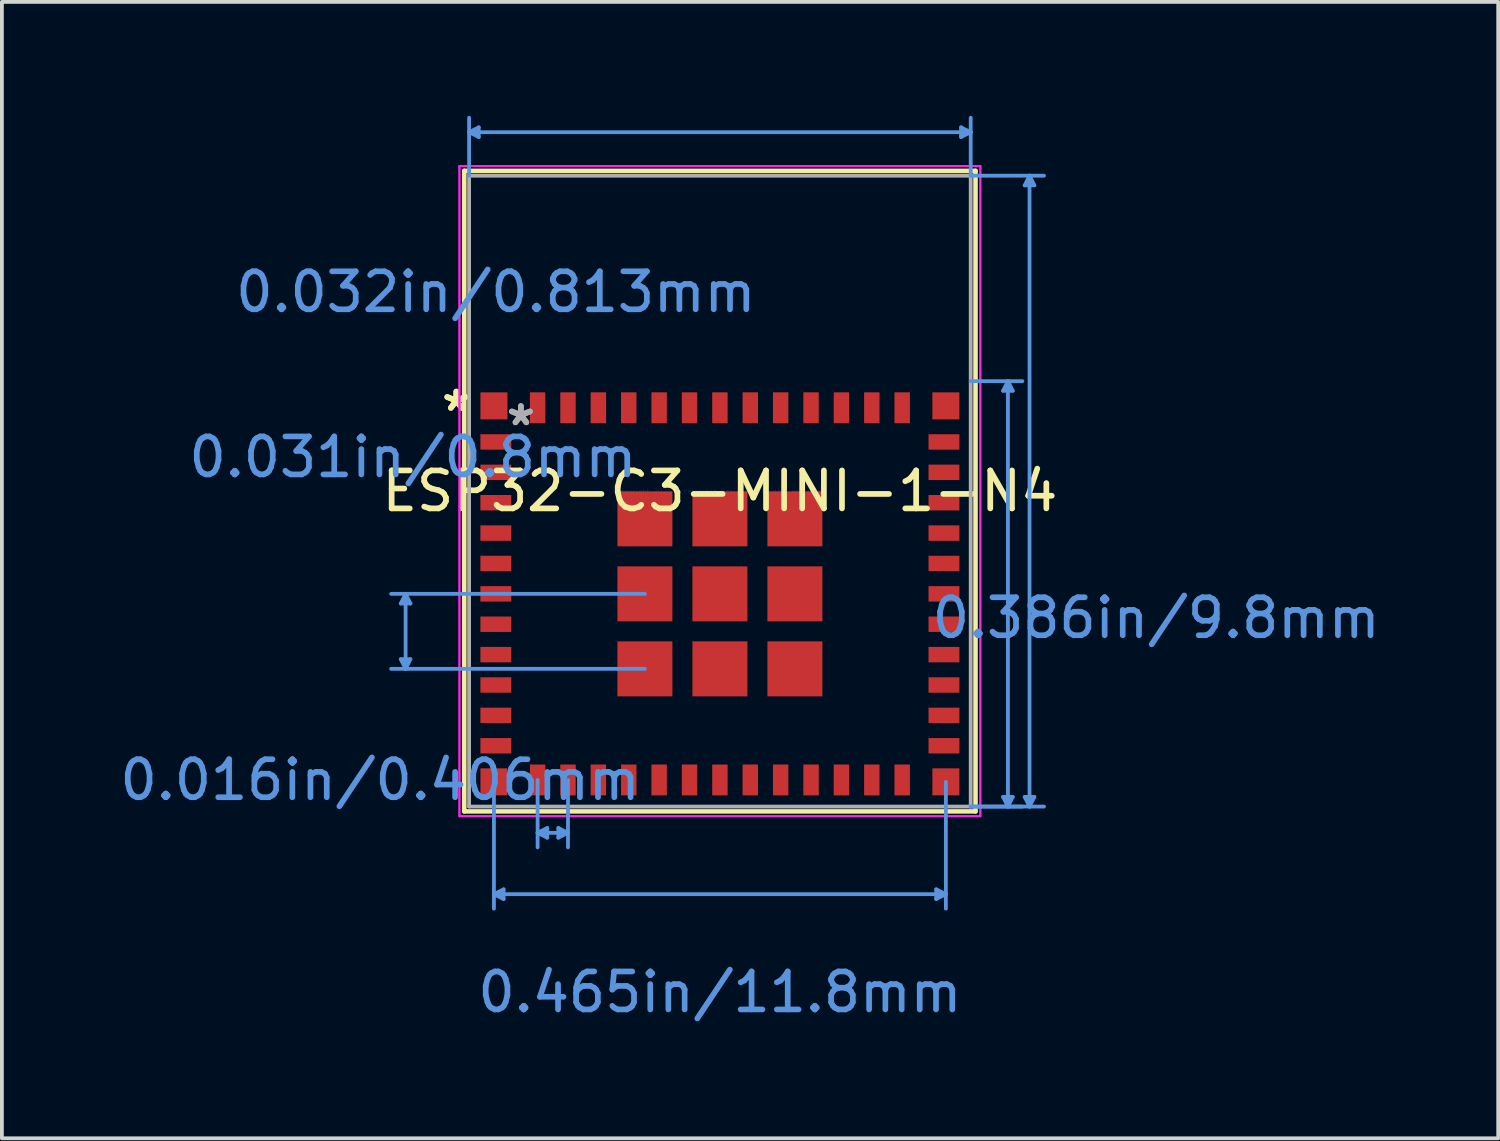
<source format=kicad_pcb>
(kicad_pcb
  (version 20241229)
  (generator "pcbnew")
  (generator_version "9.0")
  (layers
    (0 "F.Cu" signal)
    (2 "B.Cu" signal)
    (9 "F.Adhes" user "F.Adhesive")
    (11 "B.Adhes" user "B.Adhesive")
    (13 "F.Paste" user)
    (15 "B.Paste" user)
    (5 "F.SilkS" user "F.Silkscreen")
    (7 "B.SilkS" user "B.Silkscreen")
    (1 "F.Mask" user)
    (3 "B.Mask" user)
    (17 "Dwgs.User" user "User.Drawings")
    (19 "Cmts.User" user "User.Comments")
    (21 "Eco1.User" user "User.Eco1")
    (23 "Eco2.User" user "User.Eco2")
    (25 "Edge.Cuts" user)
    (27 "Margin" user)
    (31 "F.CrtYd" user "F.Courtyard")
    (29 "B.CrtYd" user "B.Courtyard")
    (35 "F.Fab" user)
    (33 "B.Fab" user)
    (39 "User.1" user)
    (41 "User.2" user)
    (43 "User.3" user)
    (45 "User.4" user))
  (footprint "ESP32-C3-MINI-1-N4"
    (layer "F.Cu")
    (at 15.906 9.882)
    (property "Reference" "ESP32-C3-MINI-1-N4" (at 0 0 0) (layer "F.SilkS") (effects (font (size 1 1) (thickness 0.15))))
    (attr through_hole)
    (fp_line (start -6.731 -8.433) (end 6.731 -8.433) (stroke (width 0.12) (type solid)) (layer "F.SilkS"))
    (fp_line (start -6.731 8.433) (end -6.731 -8.433) (stroke (width 0.12) (type solid)) (layer "F.SilkS"))
    (fp_line (start 6.731 -8.433) (end 6.731 8.433) (stroke (width 0.12) (type solid)) (layer "F.SilkS"))
    (fp_line (start 6.731 8.433) (end -6.731 8.433) (stroke (width 0.12) (type solid)) (layer "F.SilkS"))
    (fp_line (start -8.403 4.426) (end -8.276 4.68) (stroke (width 0.1) (type solid)) (layer "Cmts.User"))
    (fp_line (start -8.403 2.959) (end -8.276 2.705) (stroke (width 0.1) (type solid)) (layer "Cmts.User"))
    (fp_line (start -8.403 2.959) (end -8.149 2.959) (stroke (width 0.1) (type solid)) (layer "Cmts.User"))
    (fp_line (start -8.276 2.705) (end -8.276 4.68) (stroke (width 0.1) (type solid)) (layer "Cmts.User"))
    (fp_line (start -8.149 4.426) (end -8.403 4.426) (stroke (width 0.1) (type solid)) (layer "Cmts.User"))
    (fp_line (start -8.149 4.426) (end -8.276 4.68) (stroke (width 0.1) (type solid)) (layer "Cmts.User"))
    (fp_line (start -8.149 2.959) (end -8.276 2.705) (stroke (width 0.1) (type solid)) (layer "Cmts.User"))
    (fp_line (start -6.604 -9.451) (end 6.604 -9.451) (stroke (width 0.1) (type solid)) (layer "Cmts.User"))
    (fp_line (start -6.604 -8.306) (end -6.604 -9.832) (stroke (width 0.1) (type solid)) (layer "Cmts.User"))
    (fp_line (start -6.35 -9.324) (end -6.604 -9.451) (stroke (width 0.1) (type solid)) (layer "Cmts.User"))
    (fp_line (start -6.35 -9.324) (end -6.35 -9.578) (stroke (width 0.1) (type solid)) (layer "Cmts.User"))
    (fp_line (start -6.35 -9.578) (end -6.604 -9.451) (stroke (width 0.1) (type solid)) (layer "Cmts.User"))
    (fp_line (start -5.95 10.613) (end 5.95 10.613) (stroke (width 0.1) (type solid)) (layer "Cmts.User"))
    (fp_line (start -5.95 7.655) (end -5.95 10.994) (stroke (width 0.1) (type solid)) (layer "Cmts.User"))
    (fp_line (start -5.696 10.74) (end -5.95 10.613) (stroke (width 0.1) (type solid)) (layer "Cmts.User"))
    (fp_line (start -5.696 10.74) (end -5.696 10.486) (stroke (width 0.1) (type solid)) (layer "Cmts.User"))
    (fp_line (start -5.696 10.486) (end -5.95 10.613) (stroke (width 0.1) (type solid)) (layer "Cmts.User"))
    (fp_line (start -4.8 8.998) (end -4 8.998) (stroke (width 0.1) (type solid)) (layer "Cmts.User"))
    (fp_line (start -4.8 7.605) (end -4.8 9.379) (stroke (width 0.1) (type solid)) (layer "Cmts.User"))
    (fp_line (start -4.546 8.871) (end -4.8 8.998) (stroke (width 0.1) (type solid)) (layer "Cmts.User"))
    (fp_line (start -4.546 9.125) (end -4.8 8.998) (stroke (width 0.1) (type solid)) (layer "Cmts.User"))
    (fp_line (start -4.546 9.125) (end -4.546 8.871) (stroke (width 0.1) (type solid)) (layer "Cmts.User"))
    (fp_line (start -4.254 9.125) (end -4 8.998) (stroke (width 0.1) (type solid)) (layer "Cmts.User"))
    (fp_line (start -4.254 8.871) (end -4.254 9.125) (stroke (width 0.1) (type solid)) (layer "Cmts.User"))
    (fp_line (start -4.254 8.871) (end -4 8.998) (stroke (width 0.1) (type solid)) (layer "Cmts.User"))
    (fp_line (start -4 7.605) (end -4 9.379) (stroke (width 0.1) (type solid)) (layer "Cmts.User"))
    (fp_line (start -1.975 2.705) (end -8.657 2.705) (stroke (width 0.1) (type solid)) (layer "Cmts.User"))
    (fp_line (start -1.975 4.68) (end -8.657 4.68) (stroke (width 0.1) (type solid)) (layer "Cmts.User"))
    (fp_line (start 5.696 10.74) (end 5.95 10.613) (stroke (width 0.1) (type solid)) (layer "Cmts.User"))
    (fp_line (start 5.696 10.486) (end 5.696 10.74) (stroke (width 0.1) (type solid)) (layer "Cmts.User"))
    (fp_line (start 5.696 10.486) (end 5.95 10.613) (stroke (width 0.1) (type solid)) (layer "Cmts.User"))
    (fp_line (start 5.95 7.655) (end 5.95 10.994) (stroke (width 0.1) (type solid)) (layer "Cmts.User"))
    (fp_line (start 6.35 -9.578) (end 6.35 -9.324) (stroke (width 0.1) (type solid)) (layer "Cmts.User"))
    (fp_line (start 6.35 -9.578) (end 6.604 -9.451) (stroke (width 0.1) (type solid)) (layer "Cmts.User"))
    (fp_line (start 6.35 -9.324) (end 6.604 -9.451) (stroke (width 0.1) (type solid)) (layer "Cmts.User"))
    (fp_line (start 6.604 -8.306) (end 6.604 -9.832) (stroke (width 0.1) (type solid)) (layer "Cmts.User"))
    (fp_line (start 6.604 -8.306) (end 8.534 -8.306) (stroke (width 0.1) (type solid)) (layer "Cmts.User"))
    (fp_line (start 6.604 -2.896) (end 7.965 -2.896) (stroke (width 0.1) (type solid)) (layer "Cmts.User"))
    (fp_line (start 6.604 8.306) (end 7.965 8.306) (stroke (width 0.1) (type solid)) (layer "Cmts.User"))
    (fp_line (start 6.604 8.306) (end 8.534 8.306) (stroke (width 0.1) (type solid)) (layer "Cmts.User"))
    (fp_line (start 7.457 8.052) (end 7.584 8.306) (stroke (width 0.1) (type solid)) (layer "Cmts.User"))
    (fp_line (start 7.457 -2.642) (end 7.584 -2.896) (stroke (width 0.1) (type solid)) (layer "Cmts.User"))
    (fp_line (start 7.457 -2.642) (end 7.711 -2.642) (stroke (width 0.1) (type solid)) (layer "Cmts.User"))
    (fp_line (start 7.584 8.306) (end 7.584 -2.896) (stroke (width 0.1) (type solid)) (layer "Cmts.User"))
    (fp_line (start 7.711 8.052) (end 7.457 8.052) (stroke (width 0.1) (type solid)) (layer "Cmts.User"))
    (fp_line (start 7.711 8.052) (end 7.584 8.306) (stroke (width 0.1) (type solid)) (layer "Cmts.User"))
    (fp_line (start 7.711 -2.642) (end 7.584 -2.896) (stroke (width 0.1) (type solid)) (layer "Cmts.User"))
    (fp_line (start 8.026 8.052) (end 8.153 8.306) (stroke (width 0.1) (type solid)) (layer "Cmts.User"))
    (fp_line (start 8.026 -8.052) (end 8.153 -8.306) (stroke (width 0.1) (type solid)) (layer "Cmts.User"))
    (fp_line (start 8.026 -8.052) (end 8.28 -8.052) (stroke (width 0.1) (type solid)) (layer "Cmts.User"))
    (fp_line (start 8.153 8.306) (end 8.153 -8.306) (stroke (width 0.1) (type solid)) (layer "Cmts.User"))
    (fp_line (start 8.28 8.052) (end 8.026 8.052) (stroke (width 0.1) (type solid)) (layer "Cmts.User"))
    (fp_line (start 8.28 8.052) (end 8.153 8.306) (stroke (width 0.1) (type solid)) (layer "Cmts.User"))
    (fp_line (start 8.28 -8.052) (end 8.153 -8.306) (stroke (width 0.1) (type solid)) (layer "Cmts.User"))
    (fp_line (start -6.858 -8.56) (end -6.858 8.56) (stroke (width 0.05) (type solid)) (layer "F.CrtYd"))
    (fp_line (start -6.858 -8.56) (end -6.858 8.56) (stroke (width 0.05) (type solid)) (layer "F.CrtYd"))
    (fp_line (start -6.858 8.56) (end 6.858 8.56) (stroke (width 0.05) (type solid)) (layer "F.CrtYd"))
    (fp_line (start -6.858 8.56) (end 6.858 8.56) (stroke (width 0.05) (type solid)) (layer "F.CrtYd"))
    (fp_line (start 6.858 -8.56) (end -6.858 -8.56) (stroke (width 0.05) (type solid)) (layer "F.CrtYd"))
    (fp_line (start 6.858 -8.56) (end -6.858 -8.56) (stroke (width 0.05) (type solid)) (layer "F.CrtYd"))
    (fp_line (start 6.858 8.56) (end 6.858 -8.56) (stroke (width 0.05) (type solid)) (layer "F.CrtYd"))
    (fp_line (start 6.858 8.56) (end 6.858 -8.56) (stroke (width 0.05) (type solid)) (layer "F.CrtYd"))
    (fp_line (start -6.604 -8.306) (end -6.604 8.306) (stroke (width 0.1) (type solid)) (layer "F.Fab"))
    (fp_line (start -6.604 8.306) (end 6.604 8.306) (stroke (width 0.1) (type solid)) (layer "F.Fab"))
    (fp_line (start 6.604 -8.306) (end -6.604 -8.306) (stroke (width 0.1) (type solid)) (layer "F.Fab"))
    (fp_line (start 6.604 8.306) (end 6.604 -8.306) (stroke (width 0.1) (type solid)) (layer "F.Fab"))
    (fp_text user "*" (at -6.941 -2.076 0) (layer "F.SilkS") (effects (font (size 1 1) (thickness 0.15))))
    (fp_text user "*" (at -6.941 -2.076 0) (layer "F.SilkS") (effects (font (size 1 1) (thickness 0.15))))
    (fp_text user "0.031in/0.8mm" (at -8.084 -0.895 0) (layer "Cmts.User") (effects (font (size 1 1) (thickness 0.15))))
    (fp_text user "0.016in/0.406mm" (at -8.948 7.605 0) (layer "Cmts.User") (effects (font (size 1 1) (thickness 0.15))))
    (fp_text user "0.386in/9.8mm" (at 11.488 3.34 0) (layer "Cmts.User") (effects (font (size 1 1) (thickness 0.15))))
    (fp_text user "0.465in/11.8mm" (at 0 13.193 0) (layer "Cmts.User") (effects (font (size 1 1) (thickness 0.15))))
    (fp_text user "0.032in/0.813mm" (at -5.9 -5.243 0) (layer "Cmts.User") (effects (font (size 1 1) (thickness 0.15))))
    (fp_text user "Copyright 2021 Accelerated Designs. All rights reserved." (at 0 0 0) (layer "Cmts.User") (effects (font (size 0.127 0.127) (thickness 0.002))))
    (fp_text user "*" (at -5.24 -1.695 0) (layer "F.Fab") (effects (font (size 1 1) (thickness 0.15))))
    (fp_text user "*" (at -5.24 -1.695 0) (layer "F.Fab") (effects (font (size 1 1) (thickness 0.15))))
    (pad "1" smd rect (at -5.9 -1.295 90) (size 0.406 0.813) (layers "F.Cu" "F.Mask" "F.Paste"))
    (pad "2" smd rect (at -5.9 -0.495 90) (size 0.406 0.813) (layers "F.Cu" "F.Mask" "F.Paste"))
    (pad "3" smd rect (at -5.9 0.305 90) (size 0.406 0.813) (layers "F.Cu" "F.Mask" "F.Paste"))
    (pad "4" smd rect (at -5.9 1.105 90) (size 0.406 0.813) (layers "F.Cu" "F.Mask" "F.Paste"))
    (pad "5" smd rect (at -5.9 1.905 90) (size 0.406 0.813) (layers "F.Cu" "F.Mask" "F.Paste"))
    (pad "6" smd rect (at -5.9 2.705 90) (size 0.406 0.813) (layers "F.Cu" "F.Mask" "F.Paste"))
    (pad "7" smd rect (at -5.9 3.505 90) (size 0.406 0.813) (layers "F.Cu" "F.Mask" "F.Paste"))
    (pad "8" smd rect (at -5.9 4.305 90) (size 0.406 0.813) (layers "F.Cu" "F.Mask" "F.Paste"))
    (pad "9" smd rect (at -5.9 5.105 90) (size 0.406 0.813) (layers "F.Cu" "F.Mask" "F.Paste"))
    (pad "10" smd rect (at -5.9 5.905 90) (size 0.406 0.813) (layers "F.Cu" "F.Mask" "F.Paste"))
    (pad "11" smd rect (at -5.9 6.705 90) (size 0.406 0.813) (layers "F.Cu" "F.Mask" "F.Paste"))
    (pad "12" smd rect (at -4.8 7.605) (size 0.406 0.813) (layers "F.Cu" "F.Mask" "F.Paste"))
    (pad "13" smd rect (at -4 7.605) (size 0.406 0.813) (layers "F.Cu" "F.Mask" "F.Paste"))
    (pad "14" smd rect (at -3.2 7.605) (size 0.406 0.813) (layers "F.Cu" "F.Mask" "F.Paste"))
    (pad "15" smd rect (at -2.4 7.605) (size 0.406 0.813) (layers "F.Cu" "F.Mask" "F.Paste"))
    (pad "16" smd rect (at -1.6 7.605) (size 0.406 0.813) (layers "F.Cu" "F.Mask" "F.Paste"))
    (pad "17" smd rect (at -0.8 7.605) (size 0.406 0.813) (layers "F.Cu" "F.Mask" "F.Paste"))
    (pad "18" smd rect (at 0 7.605) (size 0.406 0.813) (layers "F.Cu" "F.Mask" "F.Paste"))
    (pad "19" smd rect (at 0.8 7.605) (size 0.406 0.813) (layers "F.Cu" "F.Mask" "F.Paste"))
    (pad "20" smd rect (at 1.6 7.605) (size 0.406 0.813) (layers "F.Cu" "F.Mask" "F.Paste"))
    (pad "21" smd rect (at 2.4 7.605) (size 0.406 0.813) (layers "F.Cu" "F.Mask" "F.Paste"))
    (pad "22" smd rect (at 3.2 7.605) (size 0.406 0.813) (layers "F.Cu" "F.Mask" "F.Paste"))
    (pad "23" smd rect (at 4 7.605) (size 0.406 0.813) (layers "F.Cu" "F.Mask" "F.Paste"))
    (pad "24" smd rect (at 4.8 7.605) (size 0.406 0.813) (layers "F.Cu" "F.Mask" "F.Paste"))
    (pad "25" smd rect (at 5.9 6.705 90) (size 0.406 0.813) (layers "F.Cu" "F.Mask" "F.Paste"))
    (pad "26" smd rect (at 5.9 5.905 90) (size 0.406 0.813) (layers "F.Cu" "F.Mask" "F.Paste"))
    (pad "27" smd rect (at 5.9 5.105 90) (size 0.406 0.813) (layers "F.Cu" "F.Mask" "F.Paste"))
    (pad "28" smd rect (at 5.9 4.305 90) (size 0.406 0.813) (layers "F.Cu" "F.Mask" "F.Paste"))
    (pad "29" smd rect (at 5.9 3.505 90) (size 0.406 0.813) (layers "F.Cu" "F.Mask" "F.Paste"))
    (pad "30" smd rect (at 5.9 2.705 90) (size 0.406 0.813) (layers "F.Cu" "F.Mask" "F.Paste"))
    (pad "31" smd rect (at 5.9 1.905 90) (size 0.406 0.813) (layers "F.Cu" "F.Mask" "F.Paste"))
    (pad "32" smd rect (at 5.9 1.105 90) (size 0.406 0.813) (layers "F.Cu" "F.Mask" "F.Paste"))
    (pad "33" smd rect (at 5.9 0.305 90) (size 0.406 0.813) (layers "F.Cu" "F.Mask" "F.Paste"))
    (pad "34" smd rect (at 5.9 -0.495 90) (size 0.406 0.813) (layers "F.Cu" "F.Mask" "F.Paste"))
    (pad "35" smd rect (at 5.9 -1.295 90) (size 0.406 0.813) (layers "F.Cu" "F.Mask" "F.Paste"))
    (pad "36" smd rect (at 4.8 -2.195) (size 0.406 0.813) (layers "F.Cu" "F.Mask" "F.Paste"))
    (pad "37" smd rect (at 4 -2.195) (size 0.406 0.813) (layers "F.Cu" "F.Mask" "F.Paste"))
    (pad "38" smd rect (at 3.2 -2.195) (size 0.406 0.813) (layers "F.Cu" "F.Mask" "F.Paste"))
    (pad "39" smd rect (at 2.4 -2.195) (size 0.406 0.813) (layers "F.Cu" "F.Mask" "F.Paste"))
    (pad "40" smd rect (at 1.6 -2.195) (size 0.406 0.813) (layers "F.Cu" "F.Mask" "F.Paste"))
    (pad "41" smd rect (at 0.8 -2.195) (size 0.406 0.813) (layers "F.Cu" "F.Mask" "F.Paste"))
    (pad "42" smd rect (at 0 -2.195) (size 0.406 0.813) (layers "F.Cu" "F.Mask" "F.Paste"))
    (pad "43" smd rect (at -0.8 -2.195) (size 0.406 0.813) (layers "F.Cu" "F.Mask" "F.Paste"))
    (pad "44" smd rect (at -1.6 -2.195) (size 0.406 0.813) (layers "F.Cu" "F.Mask" "F.Paste"))
    (pad "45" smd rect (at -2.4 -2.195) (size 0.406 0.813) (layers "F.Cu" "F.Mask" "F.Paste"))
    (pad "46" smd rect (at -3.2 -2.195) (size 0.406 0.813) (layers "F.Cu" "F.Mask" "F.Paste"))
    (pad "47" smd rect (at -4 -2.195) (size 0.406 0.813) (layers "F.Cu" "F.Mask" "F.Paste"))
    (pad "48" smd rect (at -4.8 -2.195) (size 0.406 0.813) (layers "F.Cu" "F.Mask" "F.Paste"))
    (pad "49" smd rect (at 0 2.705 90) (size 1.448 1.448) (layers "F.Cu" "F.Mask" "F.Paste"))
    (pad "50" smd rect (at 5.95 -2.245 90) (size 0.711 0.711) (layers "F.Cu" "F.Mask" "F.Paste"))
    (pad "51" smd rect (at 5.95 7.655 90) (size 0.711 0.711) (layers "F.Cu" "F.Mask" "F.Paste"))
    (pad "52" smd rect (at -5.95 7.655 90) (size 0.711 0.711) (layers "F.Cu" "F.Mask" "F.Paste"))
    (pad "53" smd rect (at -5.95 -2.245 90) (size 0.711 0.711) (layers "F.Cu" "F.Mask" "F.Paste"))
    (pad "54" smd rect (at 1.975 0.73 90) (size 1.448 1.448) (layers "F.Cu" "F.Mask" "F.Paste"))
    (pad "55" smd rect (at 1.975 2.705 90) (size 1.448 1.448) (layers "F.Cu" "F.Mask" "F.Paste"))
    (pad "56" smd rect (at 1.975 4.68 90) (size 1.448 1.448) (layers "F.Cu" "F.Mask" "F.Paste"))
    (pad "57" smd rect (at 0 4.68 90) (size 1.448 1.448) (layers "F.Cu" "F.Mask" "F.Paste"))
    (pad "58" smd rect (at -1.975 4.68 90) (size 1.448 1.448) (layers "F.Cu" "F.Mask" "F.Paste"))
    (pad "59" smd rect (at -1.975 2.705 90) (size 1.448 1.448) (layers "F.Cu" "F.Mask" "F.Paste"))
    (pad "60" smd rect (at -1.975 0.73 90) (size 1.448 1.448) (layers "F.Cu" "F.Mask" "F.Paste"))
    (pad "61" smd rect (at 0 0.73 90) (size 1.448 1.448) (layers "F.Cu" "F.Mask" "F.Paste")))
  (gr_rect
    (start -3 -3)
    (end 36.4 26.923)
    (stroke (width 0.1) (type default))
    (fill no)
    (layer "Edge.Cuts")))
</source>
